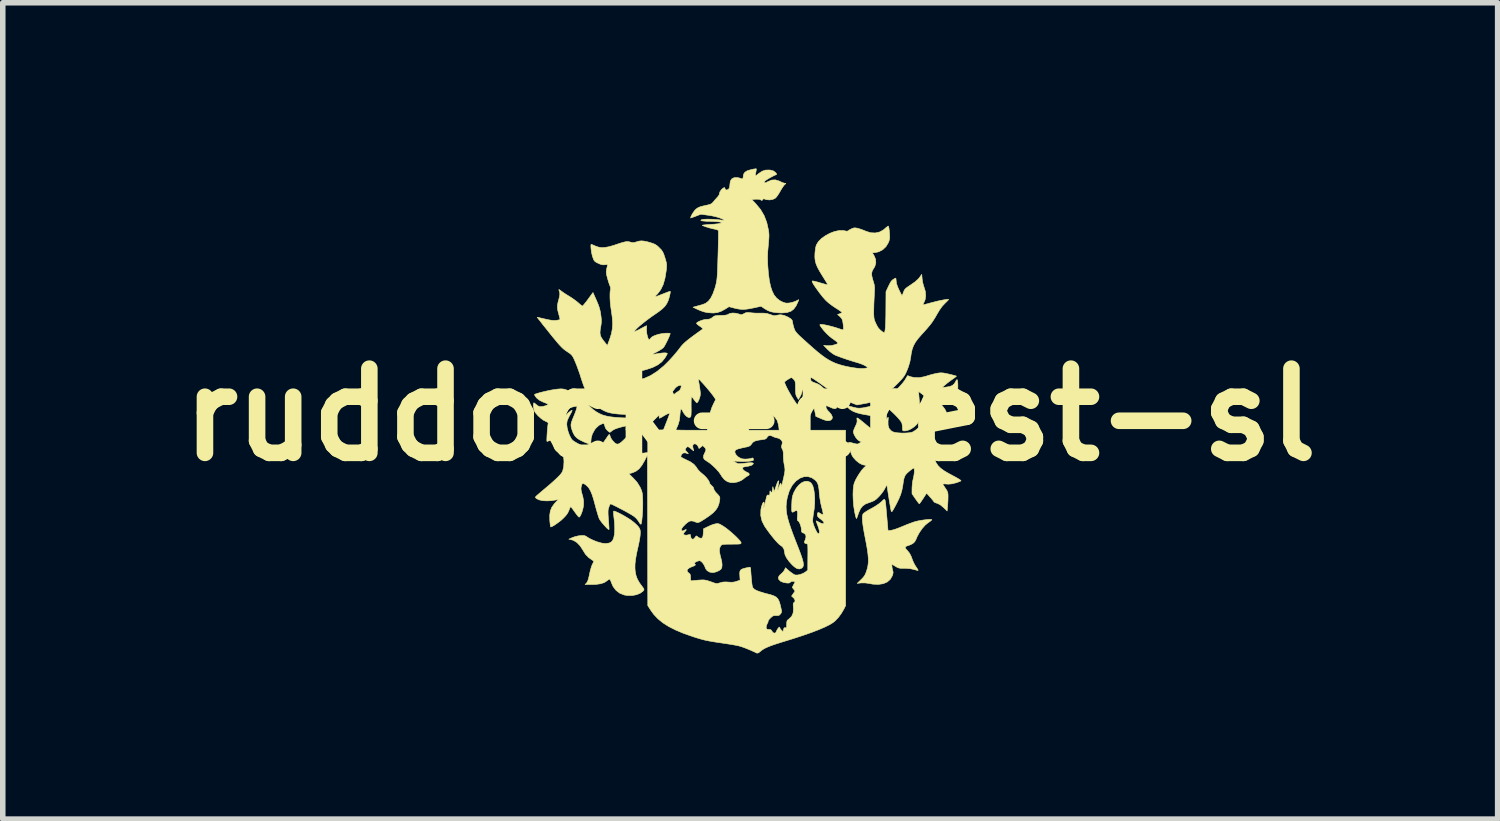
<source format=kicad_pcb>
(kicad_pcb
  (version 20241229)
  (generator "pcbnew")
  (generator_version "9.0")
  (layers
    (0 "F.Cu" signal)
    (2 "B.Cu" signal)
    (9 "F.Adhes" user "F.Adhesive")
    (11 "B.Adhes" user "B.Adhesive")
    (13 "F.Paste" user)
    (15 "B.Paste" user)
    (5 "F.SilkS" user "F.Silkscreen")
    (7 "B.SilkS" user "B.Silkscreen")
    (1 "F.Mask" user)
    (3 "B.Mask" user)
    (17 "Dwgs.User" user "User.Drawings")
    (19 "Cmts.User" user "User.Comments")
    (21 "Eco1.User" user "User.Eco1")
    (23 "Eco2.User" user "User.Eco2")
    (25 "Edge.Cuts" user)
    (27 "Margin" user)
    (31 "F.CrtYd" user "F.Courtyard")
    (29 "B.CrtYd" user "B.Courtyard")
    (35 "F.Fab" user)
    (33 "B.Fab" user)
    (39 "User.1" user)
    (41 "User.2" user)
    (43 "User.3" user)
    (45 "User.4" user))
  (footprint "ruddock-crest-sl"
    (layer "F.Cu")
    (at 10.53 4.458)
    (property "Reference" "ruddock-crest-sl" (at 0 0 0) (layer "F.SilkS") (effects (font (size 1.524 1.524) (thickness 0.3))))
    (attr through_hole)
    (fp_poly (pts (xy -2.457 1.745) (xy -2.425 1.757) (xy -2.38 1.778) (xy -2.327 1.805) (xy -2.271 1.836) (xy -2.217 1.869) (xy -2.168 1.9) (xy -2.145 1.917) (xy -2.099 1.953) (xy -2.057 1.991) (xy -2.027 2.023) (xy -2.024 2.027) (xy -2.003 2.058) (xy -1.992 2.088) (xy -1.989 2.127) (xy -1.99 2.152) (xy -1.993 2.194) (xy -2.002 2.253) (xy -2.015 2.322) (xy -2.03 2.392) (xy -2.032 2.399) (xy -2.058 2.517) (xy -2.075 2.616) (xy -2.085 2.7) (xy -2.086 2.773) (xy -2.082 2.831) (xy -2.067 2.909) (xy -2.041 2.979) (xy -2 3.049) (xy -1.97 3.089) (xy -1.942 3.127) (xy -1.926 3.151) (xy -1.923 3.167) (xy -1.93 3.18) (xy -1.938 3.19) (xy -1.989 3.229) (xy -2.056 3.257) (xy -2.135 3.272) (xy -2.218 3.272) (xy -2.277 3.263) (xy -2.36 3.231) (xy -2.429 3.178) (xy -2.482 3.109) (xy -2.508 3.05) (xy -2.522 3.012) (xy -2.535 2.985) (xy -2.542 2.977) (xy -2.558 2.98) (xy -2.583 2.997) (xy -2.59 3.003) (xy -2.64 3.037) (xy -2.708 3.059) (xy -2.796 3.071) (xy -2.868 3.073) (xy -2.989 3.073) (xy -2.961 3.044) (xy -2.944 3.017) (xy -2.929 2.973) (xy -2.913 2.908) (xy -2.909 2.884) (xy -2.895 2.823) (xy -2.879 2.766) (xy -2.863 2.72) (xy -2.855 2.703) (xy -2.838 2.671) (xy -2.833 2.654) (xy -2.84 2.643) (xy -2.85 2.637) (xy -2.924 2.585) (xy -2.982 2.525) (xy -3.024 2.457) (xy -3.077 2.375) (xy -3.136 2.313) (xy -3.198 2.274) (xy -3.228 2.265) (xy -3.283 2.252) (xy -3.219 2.223) (xy -3.17 2.206) (xy -3.111 2.192) (xy -3.076 2.188) (xy -3.03 2.185) (xy -2.999 2.188) (xy -2.972 2.199) (xy -2.943 2.219) (xy -2.906 2.241) (xy -2.854 2.266) (xy -2.796 2.29) (xy -2.776 2.298) (xy -2.689 2.323) (xy -2.618 2.331) (xy -2.557 2.323) (xy -2.523 2.309) (xy -2.492 2.279) (xy -2.47 2.227) (xy -2.456 2.155) (xy -2.452 2.065) (xy -2.456 1.958) (xy -2.466 1.865) (xy -2.472 1.814) (xy -2.474 1.773) (xy -2.474 1.748) (xy -2.472 1.744) (xy -2.457 1.745)) (stroke (width 0.01) (type solid)) (fill yes) (layer "F.SilkS"))
    (fp_poly (pts (xy 2.434 1.534) (xy 2.442 1.55) (xy 2.448 1.58) (xy 2.454 1.628) (xy 2.46 1.696) (xy 2.468 1.785) (xy 2.472 1.833) (xy 2.495 2.098) (xy 2.555 2.091) (xy 2.589 2.083) (xy 2.64 2.067) (xy 2.701 2.044) (xy 2.765 2.018) (xy 2.771 2.015) (xy 2.839 1.987) (xy 2.908 1.961) (xy 2.97 1.939) (xy 3.017 1.926) (xy 3.018 1.926) (xy 3.076 1.914) (xy 3.136 1.905) (xy 3.192 1.898) (xy 3.24 1.894) (xy 3.274 1.895) (xy 3.288 1.899) (xy 3.289 1.9) (xy 3.278 1.912) (xy 3.252 1.933) (xy 3.219 1.955) (xy 3.167 1.998) (xy 3.113 2.059) (xy 3.063 2.131) (xy 3.021 2.208) (xy 3.003 2.252) (xy 2.979 2.298) (xy 2.942 2.332) (xy 2.888 2.358) (xy 2.857 2.368) (xy 2.821 2.382) (xy 2.806 2.398) (xy 2.812 2.42) (xy 2.839 2.452) (xy 2.845 2.458) (xy 2.884 2.506) (xy 2.914 2.564) (xy 2.928 2.603) (xy 2.95 2.659) (xy 2.978 2.716) (xy 3.004 2.756) (xy 3.026 2.789) (xy 3.039 2.812) (xy 3.039 2.819) (xy 3.021 2.816) (xy 2.987 2.807) (xy 2.958 2.799) (xy 2.897 2.786) (xy 2.823 2.78) (xy 2.789 2.78) (xy 2.736 2.78) (xy 2.699 2.776) (xy 2.668 2.766) (xy 2.635 2.748) (xy 2.627 2.743) (xy 2.565 2.705) (xy 2.565 2.741) (xy 2.57 2.78) (xy 2.58 2.818) (xy 2.587 2.851) (xy 2.582 2.885) (xy 2.572 2.915) (xy 2.535 2.979) (xy 2.48 3.027) (xy 2.408 3.058) (xy 2.32 3.071) (xy 2.219 3.066) (xy 2.153 3.054) (xy 2.084 3.044) (xy 2.016 3.044) (xy 2.007 3.044) (xy 1.937 3.052) (xy 2.008 2.983) (xy 2.048 2.942) (xy 2.075 2.904) (xy 2.095 2.86) (xy 2.109 2.819) (xy 2.125 2.765) (xy 2.134 2.711) (xy 2.139 2.653) (xy 2.137 2.588) (xy 2.13 2.511) (xy 2.117 2.42) (xy 2.097 2.309) (xy 2.084 2.242) (xy 2.061 2.122) (xy 2.045 2.025) (xy 2.034 1.947) (xy 2.03 1.887) (xy 2.03 1.841) (xy 2.037 1.809) (xy 2.043 1.795) (xy 2.059 1.778) (xy 2.094 1.754) (xy 2.141 1.725) (xy 2.187 1.7) (xy 2.256 1.661) (xy 2.318 1.62) (xy 2.366 1.583) (xy 2.377 1.573) (xy 2.397 1.553) (xy 2.413 1.538) (xy 2.425 1.531) (xy 2.434 1.534)) (stroke (width 0.01) (type solid)) (fill yes) (layer "F.SilkS"))
    (fp_poly (pts (xy 3.49 -0.757) (xy 3.533 -0.75) (xy 3.593 -0.737) (xy 3.6 -0.735) (xy 3.655 -0.722) (xy 3.698 -0.711) (xy 3.726 -0.702) (xy 3.733 -0.699) (xy 3.723 -0.689) (xy 3.698 -0.669) (xy 3.661 -0.643) (xy 3.654 -0.638) (xy 3.606 -0.604) (xy 3.559 -0.567) (xy 3.524 -0.538) (xy 3.473 -0.493) (xy 3.548 -0.501) (xy 3.615 -0.512) (xy 3.662 -0.532) (xy 3.695 -0.563) (xy 3.715 -0.596) (xy 3.732 -0.628) (xy 3.744 -0.636) (xy 3.748 -0.632) (xy 3.754 -0.61) (xy 3.758 -0.57) (xy 3.759 -0.519) (xy 3.758 -0.464) (xy 3.755 -0.414) (xy 3.75 -0.375) (xy 3.746 -0.36) (xy 3.711 -0.303) (xy 3.657 -0.256) (xy 3.587 -0.223) (xy 3.517 -0.207) (xy 3.481 -0.202) (xy 3.458 -0.196) (xy 3.454 -0.194) (xy 3.462 -0.182) (xy 3.481 -0.157) (xy 3.497 -0.138) (xy 3.524 -0.101) (xy 3.544 -0.063) (xy 3.548 -0.049) (xy 3.553 -0.014) (xy 3.555 0.03) (xy 3.556 0.076) (xy 3.554 0.115) (xy 3.55 0.139) (xy 3.549 0.143) (xy 3.533 0.144) (xy 3.503 0.137) (xy 3.491 0.133) (xy 3.447 0.122) (xy 3.41 0.127) (xy 3.403 0.129) (xy 3.374 0.136) (xy 3.358 0.136) (xy 3.357 0.136) (xy 3.352 0.121) (xy 3.344 0.087) (xy 3.335 0.042) (xy 3.333 0.032) (xy 3.307 -0.072) (xy 3.267 -0.172) (xy 3.215 -0.262) (xy 3.155 -0.336) (xy 3.106 -0.379) (xy 3.047 -0.421) (xy 3.054 -0.341) (xy 3.058 -0.292) (xy 3.064 -0.228) (xy 3.07 -0.16) (xy 3.073 -0.127) (xy 3.078 -0.039) (xy 3.076 0.03) (xy 3.065 0.085) (xy 3.044 0.133) (xy 3.016 0.173) (xy 2.971 0.216) (xy 2.916 0.253) (xy 2.858 0.28) (xy 2.805 0.292) (xy 2.798 0.292) (xy 2.772 0.291) (xy 2.76 0.282) (xy 2.756 0.259) (xy 2.756 0.236) (xy 2.753 0.192) (xy 2.746 0.154) (xy 2.743 0.146) (xy 2.725 0.116) (xy 2.692 0.074) (xy 2.646 0.024) (xy 2.592 -0.03) (xy 2.533 -0.084) (xy 2.527 -0.09) (xy 2.456 -0.151) (xy 2.461 -0.077) (xy 2.463 -0.033) (xy 2.459 -0.005) (xy 2.445 0.019) (xy 2.429 0.039) (xy 2.391 0.081) (xy 2.323 0.053) (xy 2.28 0.039) (xy 2.222 0.024) (xy 2.157 0.011) (xy 2.121 0.005) (xy 2.016 -0.014) (xy 1.933 -0.035) (xy 1.867 -0.06) (xy 1.813 -0.091) (xy 1.769 -0.13) (xy 1.765 -0.134) (xy 1.734 -0.169) (xy 1.765 -0.162) (xy 1.794 -0.155) (xy 1.838 -0.144) (xy 1.877 -0.134) (xy 1.928 -0.122) (xy 1.972 -0.119) (xy 2.023 -0.123) (xy 2.046 -0.126) (xy 2.158 -0.149) (xy 2.266 -0.182) (xy 2.363 -0.223) (xy 2.442 -0.268) (xy 2.453 -0.277) (xy 2.512 -0.324) (xy 2.577 -0.382) (xy 2.642 -0.445) (xy 2.703 -0.509) (xy 2.756 -0.569) (xy 2.795 -0.619) (xy 2.806 -0.637) (xy 2.849 -0.709) (xy 2.901 -0.689) (xy 2.978 -0.672) (xy 3.067 -0.673) (xy 3.161 -0.691) (xy 3.195 -0.702) (xy 3.257 -0.721) (xy 3.326 -0.739) (xy 3.376 -0.75) (xy 3.419 -0.757) (xy 3.454 -0.759) (xy 3.49 -0.757)) (stroke (width 0.01) (type solid)) (fill yes) (layer "F.SilkS"))
    (fp_poly (pts (xy -3.377 -0.465) (xy -3.333 -0.453) (xy -3.312 -0.443) (xy -3.277 -0.429) (xy -3.241 -0.421) (xy -3.193 -0.42) (xy -3.165 -0.421) (xy -3.071 -0.425) (xy -3.046 -0.362) (xy -2.994 -0.26) (xy -2.921 -0.165) (xy -2.841 -0.093) (xy -2.787 -0.054) (xy -2.733 -0.023) (xy -2.677 0.002) (xy -2.613 0.021) (xy -2.539 0.036) (xy -2.451 0.046) (xy -2.345 0.054) (xy -2.222 0.059) (xy -2.139 0.062) (xy -2.076 0.063) (xy -2.03 0.063) (xy -1.997 0.061) (xy -1.971 0.056) (xy -1.949 0.05) (xy -1.925 0.04) (xy -1.925 0.04) (xy -1.877 0.015) (xy -1.827 -0.018) (xy -1.806 -0.034) (xy -1.775 -0.058) (xy -1.761 -0.064) (xy -1.763 -0.055) (xy -1.785 -0.023) (xy -1.819 0.018) (xy -1.859 0.059) (xy -1.897 0.095) (xy -1.928 0.119) (xy -1.933 0.122) (xy -1.959 0.132) (xy -2.004 0.145) (xy -2.063 0.16) (xy -2.128 0.175) (xy -2.144 0.179) (xy -2.244 0.201) (xy -2.323 0.219) (xy -2.384 0.236) (xy -2.43 0.251) (xy -2.464 0.266) (xy -2.491 0.282) (xy -2.499 0.288) (xy -2.54 0.319) (xy -2.578 0.292) (xy -2.613 0.253) (xy -2.631 0.208) (xy -2.641 0.174) (xy -2.652 0.159) (xy -2.667 0.159) (xy -2.672 0.16) (xy -2.738 0.191) (xy -2.794 0.244) (xy -2.815 0.271) (xy -2.858 0.348) (xy -2.879 0.426) (xy -2.883 0.479) (xy -2.886 0.517) (xy -2.897 0.533) (xy -2.899 0.533) (xy -2.917 0.528) (xy -2.952 0.515) (xy -2.997 0.497) (xy -3.015 0.489) (xy -3.088 0.454) (xy -3.14 0.418) (xy -3.178 0.378) (xy -3.204 0.33) (xy -3.212 0.312) (xy -3.232 0.255) (xy -3.243 0.212) (xy -3.244 0.175) (xy -3.236 0.135) (xy -3.217 0.085) (xy -3.201 0.045) (xy -3.178 -0.01) (xy -3.159 -0.061) (xy -3.145 -0.101) (xy -3.141 -0.116) (xy -3.133 -0.156) (xy -3.185 -0.149) (xy -3.253 -0.131) (xy -3.321 -0.098) (xy -3.377 -0.055) (xy -3.393 -0.038) (xy -3.418 -0.003) (xy -3.447 0.044) (xy -3.471 0.088) (xy -3.49 0.13) (xy -3.503 0.167) (xy -3.51 0.207) (xy -3.514 0.26) (xy -3.516 0.298) (xy -3.521 0.425) (xy -3.594 0.454) (xy -3.634 0.469) (xy -3.665 0.479) (xy -3.678 0.483) (xy -3.681 0.471) (xy -3.681 0.44) (xy -3.679 0.394) (xy -3.676 0.341) (xy -3.672 0.285) (xy -3.667 0.232) (xy -3.662 0.187) (xy -3.657 0.157) (xy -3.656 0.154) (xy -3.664 0.138) (xy -3.694 0.122) (xy -3.702 0.119) (xy -3.745 0.097) (xy -3.794 0.06) (xy -3.843 0.015) (xy -3.884 -0.032) (xy -3.9 -0.055) (xy -3.912 -0.085) (xy -3.92 -0.123) (xy -3.925 -0.162) (xy -3.924 -0.195) (xy -3.918 -0.214) (xy -3.914 -0.216) (xy -3.899 -0.207) (xy -3.876 -0.187) (xy -3.875 -0.186) (xy -3.843 -0.161) (xy -3.81 -0.148) (xy -3.782 -0.148) (xy -3.745 -0.153) (xy -3.707 -0.163) (xy -3.675 -0.175) (xy -3.658 -0.186) (xy -3.658 -0.189) (xy -3.669 -0.197) (xy -3.698 -0.21) (xy -3.738 -0.226) (xy -3.739 -0.226) (xy -3.806 -0.257) (xy -3.857 -0.296) (xy -3.868 -0.307) (xy -3.891 -0.337) (xy -3.904 -0.36) (xy -3.903 -0.368) (xy -3.884 -0.377) (xy -3.846 -0.389) (xy -3.794 -0.404) (xy -3.732 -0.419) (xy -3.667 -0.434) (xy -3.603 -0.447) (xy -3.579 -0.451) (xy -3.494 -0.464) (xy -3.429 -0.469) (xy -3.377 -0.465)) (stroke (width 0.01) (type solid)) (fill yes) (layer "F.SilkS"))
    (fp_poly (pts (xy 3.142 -0.266) (xy 3.162 -0.237) (xy 3.183 -0.202) (xy 3.244 -0.075) (xy 3.282 0.044) (xy 3.295 0.155) (xy 3.284 0.259) (xy 3.284 0.26) (xy 3.271 0.33) (xy 3.266 0.399) (xy 3.269 0.474) (xy 3.281 0.561) (xy 3.295 0.639) (xy 3.316 0.732) (xy 3.338 0.808) (xy 3.366 0.87) (xy 3.402 0.923) (xy 3.45 0.97) (xy 3.512 1.015) (xy 3.592 1.062) (xy 3.674 1.106) (xy 3.728 1.135) (xy 3.773 1.161) (xy 3.803 1.181) (xy 3.816 1.193) (xy 3.816 1.195) (xy 3.801 1.204) (xy 3.768 1.217) (xy 3.725 1.232) (xy 3.719 1.233) (xy 3.651 1.25) (xy 3.591 1.256) (xy 3.555 1.254) (xy 3.512 1.251) (xy 3.49 1.254) (xy 3.488 1.262) (xy 3.5 1.28) (xy 3.521 1.311) (xy 3.539 1.338) (xy 3.563 1.376) (xy 3.576 1.409) (xy 3.581 1.447) (xy 3.581 1.484) (xy 3.58 1.545) (xy 3.576 1.613) (xy 3.573 1.655) (xy 3.565 1.742) (xy 3.5 1.679) (xy 3.444 1.633) (xy 3.392 1.605) (xy 3.381 1.602) (xy 3.349 1.591) (xy 3.33 1.581) (xy 3.327 1.577) (xy 3.319 1.564) (xy 3.298 1.538) (xy 3.269 1.503) (xy 3.26 1.494) (xy 3.193 1.419) (xy 3.13 1.516) (xy 3.102 1.558) (xy 3.079 1.591) (xy 3.064 1.61) (xy 3.061 1.612) (xy 3.051 1.602) (xy 3.031 1.576) (xy 3.004 1.539) (xy 2.991 1.521) (xy 2.929 1.43) (xy 2.929 1.328) (xy 2.933 1.268) (xy 2.94 1.207) (xy 2.951 1.158) (xy 2.951 1.157) (xy 2.961 1.113) (xy 2.968 1.066) (xy 2.972 1.022) (xy 2.971 0.987) (xy 2.966 0.967) (xy 2.962 0.966) (xy 2.942 0.974) (xy 2.911 0.996) (xy 2.875 1.025) (xy 2.84 1.056) (xy 2.814 1.085) (xy 2.807 1.095) (xy 2.789 1.135) (xy 2.777 1.181) (xy 2.775 1.193) (xy 2.761 1.29) (xy 2.745 1.371) (xy 2.723 1.445) (xy 2.693 1.518) (xy 2.653 1.6) (xy 2.623 1.657) (xy 2.595 1.708) (xy 2.576 1.739) (xy 2.565 1.754) (xy 2.558 1.753) (xy 2.553 1.742) (xy 2.55 1.733) (xy 2.544 1.706) (xy 2.536 1.66) (xy 2.526 1.602) (xy 2.515 1.538) (xy 2.515 1.537) (xy 2.505 1.47) (xy 2.495 1.407) (xy 2.487 1.355) (xy 2.482 1.322) (xy 2.473 1.266) (xy 2.436 1.338) (xy 2.409 1.383) (xy 2.37 1.435) (xy 2.329 1.482) (xy 2.327 1.484) (xy 2.285 1.525) (xy 2.249 1.551) (xy 2.211 1.57) (xy 2.162 1.587) (xy 2.089 1.614) (xy 2.036 1.651) (xy 1.996 1.701) (xy 1.965 1.77) (xy 1.958 1.79) (xy 1.943 1.833) (xy 1.931 1.865) (xy 1.924 1.879) (xy 1.924 1.88) (xy 1.918 1.869) (xy 1.909 1.841) (xy 1.906 1.832) (xy 1.887 1.741) (xy 1.872 1.642) (xy 1.864 1.54) (xy 1.861 1.442) (xy 1.864 1.353) (xy 1.873 1.278) (xy 1.884 1.235) (xy 1.907 1.182) (xy 1.941 1.12) (xy 1.98 1.058) (xy 2.021 1.001) (xy 2.058 0.959) (xy 2.069 0.949) (xy 2.093 0.928) (xy 2.099 0.917) (xy 2.088 0.914) (xy 2.083 0.914) (xy 2.031 0.904) (xy 1.974 0.874) (xy 1.918 0.83) (xy 1.869 0.776) (xy 1.847 0.743) (xy 1.832 0.711) (xy 1.817 0.668) (xy 1.802 0.619) (xy 1.79 0.571) (xy 1.782 0.531) (xy 1.781 0.505) (xy 1.783 0.499) (xy 1.797 0.499) (xy 1.828 0.505) (xy 1.866 0.515) (xy 1.909 0.526) (xy 1.936 0.53) (xy 1.955 0.527) (xy 1.975 0.515) (xy 1.977 0.514) (xy 2.012 0.491) (xy 1.972 0.472) (xy 1.941 0.448) (xy 1.909 0.408) (xy 1.883 0.362) (xy 1.868 0.32) (xy 1.867 0.306) (xy 1.873 0.281) (xy 1.888 0.243) (xy 1.904 0.209) (xy 1.926 0.162) (xy 1.935 0.126) (xy 1.934 0.093) (xy 1.931 0.074) (xy 1.931 0.061) (xy 1.936 0.057) (xy 1.95 0.063) (xy 1.974 0.079) (xy 2.011 0.108) (xy 2.064 0.151) (xy 2.102 0.183) (xy 2.153 0.225) (xy 2.199 0.261) (xy 2.234 0.29) (xy 2.254 0.306) (xy 2.257 0.309) (xy 2.272 0.31) (xy 2.285 0.287) (xy 2.286 0.285) (xy 2.301 0.26) (xy 2.33 0.224) (xy 2.367 0.185) (xy 2.38 0.172) (xy 2.419 0.133) (xy 2.453 0.097) (xy 2.477 0.069) (xy 2.481 0.064) (xy 2.492 0.048) (xy 2.498 0.046) (xy 2.499 0.061) (xy 2.497 0.097) (xy 2.495 0.114) (xy 2.496 0.189) (xy 2.513 0.246) (xy 2.549 0.288) (xy 2.578 0.307) (xy 2.615 0.319) (xy 2.67 0.327) (xy 2.736 0.331) (xy 2.804 0.331) (xy 2.868 0.327) (xy 2.919 0.319) (xy 2.94 0.312) (xy 2.982 0.287) (xy 3.03 0.249) (xy 3.076 0.205) (xy 3.113 0.16) (xy 3.129 0.134) (xy 3.143 0.085) (xy 3.149 0.016) (xy 3.146 -0.067) (xy 3.136 -0.153) (xy 3.127 -0.217) (xy 3.125 -0.257) (xy 3.13 -0.273) (xy 3.142 -0.266)) (stroke (width 0.01) (type solid)) (fill yes) (layer "F.SilkS"))
    (fp_poly (pts (xy 0.11 -4.453) (xy 0.111 -4.439) (xy 0.106 -4.409) (xy 0.102 -4.388) (xy 0.095 -4.352) (xy 0.092 -4.328) (xy 0.092 -4.323) (xy 0.103 -4.328) (xy 0.128 -4.346) (xy 0.157 -4.369) (xy 0.217 -4.409) (xy 0.277 -4.429) (xy 0.347 -4.431) (xy 0.364 -4.429) (xy 0.418 -4.415) (xy 0.456 -4.388) (xy 0.476 -4.364) (xy 0.478 -4.351) (xy 0.47 -4.346) (xy 0.434 -4.331) (xy 0.39 -4.308) (xy 0.344 -4.283) (xy 0.303 -4.258) (xy 0.273 -4.237) (xy 0.262 -4.227) (xy 0.253 -4.204) (xy 0.264 -4.197) (xy 0.291 -4.205) (xy 0.322 -4.221) (xy 0.389 -4.249) (xy 0.456 -4.252) (xy 0.525 -4.231) (xy 0.541 -4.223) (xy 0.58 -4.204) (xy 0.614 -4.193) (xy 0.627 -4.191) (xy 0.645 -4.19) (xy 0.644 -4.183) (xy 0.626 -4.168) (xy 0.607 -4.148) (xy 0.582 -4.111) (xy 0.553 -4.065) (xy 0.543 -4.046) (xy 0.514 -3.997) (xy 0.485 -3.955) (xy 0.462 -3.927) (xy 0.455 -3.921) (xy 0.408 -3.898) (xy 0.35 -3.889) (xy 0.294 -3.894) (xy 0.278 -3.899) (xy 0.25 -3.909) (xy 0.235 -3.906) (xy 0.226 -3.894) (xy 0.213 -3.879) (xy 0.197 -3.885) (xy 0.193 -3.889) (xy 0.163 -3.901) (xy 0.112 -3.902) (xy 0.1 -3.902) (xy 0.028 -3.897) (xy 0.1 -3.821) (xy 0.187 -3.716) (xy 0.253 -3.604) (xy 0.3 -3.48) (xy 0.331 -3.34) (xy 0.332 -3.334) (xy 0.338 -3.287) (xy 0.34 -3.237) (xy 0.337 -3.178) (xy 0.331 -3.102) (xy 0.327 -3.061) (xy 0.317 -2.948) (xy 0.314 -2.847) (xy 0.316 -2.744) (xy 0.318 -2.702) (xy 0.33 -2.553) (xy 0.347 -2.428) (xy 0.369 -2.323) (xy 0.398 -2.237) (xy 0.433 -2.167) (xy 0.477 -2.113) (xy 0.53 -2.07) (xy 0.566 -2.05) (xy 0.613 -2.03) (xy 0.651 -2.021) (xy 0.694 -2.022) (xy 0.704 -2.023) (xy 0.755 -2.033) (xy 0.807 -2.049) (xy 0.825 -2.057) (xy 0.879 -2.084) (xy 0.869 -2.055) (xy 0.831 -1.972) (xy 0.787 -1.912) (xy 0.737 -1.874) (xy 0.667 -1.851) (xy 0.577 -1.843) (xy 0.508 -1.846) (xy 0.43 -1.854) (xy 0.368 -1.867) (xy 0.316 -1.888) (xy 0.265 -1.918) (xy 0.258 -1.922) (xy 0.197 -1.964) (xy 0.064 -1.935) (xy -0.022 -1.918) (xy -0.091 -1.909) (xy -0.15 -1.907) (xy -0.209 -1.914) (xy -0.274 -1.927) (xy -0.285 -1.93) (xy -0.384 -1.956) (xy -0.456 -1.911) (xy -0.527 -1.873) (xy -0.596 -1.85) (xy -0.668 -1.842) (xy -0.753 -1.847) (xy -0.804 -1.855) (xy -0.847 -1.866) (xy -0.901 -1.885) (xy -0.95 -1.906) (xy -1.035 -1.947) (xy -0.978 -1.963) (xy -0.928 -1.977) (xy -0.877 -1.991) (xy -0.867 -1.994) (xy -0.807 -2.017) (xy -0.756 -2.057) (xy -0.712 -2.115) (xy -0.674 -2.192) (xy -0.638 -2.293) (xy -0.629 -2.324) (xy -0.62 -2.358) (xy -0.613 -2.39) (xy -0.607 -2.422) (xy -0.602 -2.459) (xy -0.598 -2.503) (xy -0.594 -2.558) (xy -0.591 -2.627) (xy -0.588 -2.714) (xy -0.585 -2.821) (xy -0.583 -2.882) (xy -0.58 -2.985) (xy -0.578 -3.08) (xy -0.576 -3.165) (xy -0.575 -3.236) (xy -0.575 -3.29) (xy -0.575 -3.324) (xy -0.576 -3.334) (xy -0.592 -3.346) (xy -0.623 -3.356) (xy -0.637 -3.359) (xy -0.677 -3.367) (xy -0.725 -3.379) (xy -0.776 -3.394) (xy -0.821 -3.409) (xy -0.855 -3.422) (xy -0.868 -3.429) (xy -0.86 -3.433) (xy -0.831 -3.437) (xy -0.786 -3.441) (xy -0.729 -3.445) (xy -0.728 -3.445) (xy -0.64 -3.451) (xy -0.576 -3.458) (xy -0.536 -3.467) (xy -0.52 -3.476) (xy -0.529 -3.484) (xy -0.563 -3.492) (xy -0.621 -3.497) (xy -0.705 -3.501) (xy -0.716 -3.501) (xy -0.78 -3.502) (xy -0.834 -3.506) (xy -0.873 -3.51) (xy -0.891 -3.515) (xy -0.892 -3.516) (xy -0.891 -3.526) (xy -0.869 -3.534) (xy -0.83 -3.539) (xy -0.776 -3.541) (xy -0.713 -3.54) (xy -0.642 -3.536) (xy -0.57 -3.53) (xy -0.514 -3.523) (xy -0.483 -3.52) (xy -0.474 -3.524) (xy -0.476 -3.527) (xy -0.507 -3.546) (xy -0.557 -3.566) (xy -0.621 -3.585) (xy -0.693 -3.601) (xy -0.762 -3.612) (xy -0.895 -3.63) (xy -0.987 -3.594) (xy -1.031 -3.578) (xy -1.063 -3.567) (xy -1.079 -3.562) (xy -1.079 -3.563) (xy -1.072 -3.589) (xy -1.053 -3.627) (xy -1.028 -3.667) (xy -1.001 -3.703) (xy -0.986 -3.718) (xy -0.962 -3.737) (xy -0.937 -3.752) (xy -0.905 -3.765) (xy -0.861 -3.777) (xy -0.799 -3.791) (xy -0.772 -3.797) (xy -0.723 -3.81) (xy -0.692 -3.828) (xy -0.67 -3.851) (xy -0.642 -3.885) (xy -0.608 -3.923) (xy -0.6 -3.931) (xy -0.575 -3.961) (xy -0.56 -3.987) (xy -0.559 -3.994) (xy -0.549 -4.034) (xy -0.522 -4.074) (xy -0.503 -4.092) (xy -0.475 -4.111) (xy -0.461 -4.111) (xy -0.457 -4.095) (xy -0.448 -4.074) (xy -0.426 -4.068) (xy -0.398 -4.079) (xy -0.393 -4.083) (xy -0.376 -4.109) (xy -0.369 -4.15) (xy -0.368 -4.167) (xy -0.36 -4.227) (xy -0.335 -4.269) (xy -0.293 -4.291) (xy -0.257 -4.295) (xy -0.217 -4.291) (xy -0.184 -4.283) (xy -0.179 -4.281) (xy -0.148 -4.269) (xy -0.132 -4.276) (xy -0.127 -4.305) (xy -0.127 -4.31) (xy -0.119 -4.356) (xy -0.095 -4.391) (xy -0.051 -4.418) (xy 0.015 -4.437) (xy 0.059 -4.447) (xy 0.093 -4.452) (xy 0.11 -4.453) (xy 0.11 -4.453)) (stroke (width 0.01) (type solid)) (fill yes) (layer "F.SilkS"))
    (fp_poly (pts (xy 2.506 -3.405) (xy 2.512 -3.373) (xy 2.518 -3.327) (xy 2.52 -3.298) (xy 2.524 -3.24) (xy 2.524 -3.199) (xy 2.519 -3.167) (xy 2.509 -3.136) (xy 2.498 -3.11) (xy 2.456 -3.042) (xy 2.397 -2.987) (xy 2.328 -2.951) (xy 2.275 -2.938) (xy 2.212 -2.93) (xy 2.242 -2.881) (xy 2.269 -2.817) (xy 2.274 -2.749) (xy 2.256 -2.684) (xy 2.235 -2.649) (xy 2.21 -2.608) (xy 2.199 -2.565) (xy 2.201 -2.514) (xy 2.217 -2.45) (xy 2.227 -2.418) (xy 2.239 -2.378) (xy 2.247 -2.344) (xy 2.251 -2.309) (xy 2.251 -2.265) (xy 2.248 -2.205) (xy 2.247 -2.178) (xy 2.243 -2.099) (xy 2.239 -2.01) (xy 2.237 -1.926) (xy 2.236 -1.883) (xy 2.236 -1.817) (xy 2.239 -1.769) (xy 2.244 -1.733) (xy 2.254 -1.7) (xy 2.267 -1.67) (xy 2.288 -1.625) (xy 2.311 -1.584) (xy 2.325 -1.565) (xy 2.35 -1.538) (xy 2.381 -1.512) (xy 2.41 -1.492) (xy 2.427 -1.486) (xy 2.435 -1.498) (xy 2.442 -1.535) (xy 2.448 -1.596) (xy 2.452 -1.679) (xy 2.455 -1.785) (xy 2.456 -1.911) (xy 2.456 -1.93) (xy 2.458 -2.229) (xy 2.506 -2.332) (xy 2.532 -2.383) (xy 2.553 -2.418) (xy 2.576 -2.441) (xy 2.605 -2.46) (xy 2.632 -2.474) (xy 2.638 -2.466) (xy 2.641 -2.439) (xy 2.642 -2.423) (xy 2.648 -2.376) (xy 2.668 -2.317) (xy 2.692 -2.263) (xy 2.715 -2.217) (xy 2.733 -2.182) (xy 2.745 -2.162) (xy 2.748 -2.159) (xy 2.755 -2.17) (xy 2.767 -2.198) (xy 2.774 -2.219) (xy 2.786 -2.248) (xy 2.8 -2.271) (xy 2.822 -2.293) (xy 2.856 -2.318) (xy 2.907 -2.352) (xy 2.91 -2.354) (xy 2.988 -2.409) (xy 3.043 -2.459) (xy 3.065 -2.485) (xy 3.105 -2.542) (xy 3.113 -2.455) (xy 3.121 -2.4) (xy 3.135 -2.344) (xy 3.147 -2.309) (xy 3.17 -2.234) (xy 3.177 -2.157) (xy 3.167 -2.085) (xy 3.152 -2.048) (xy 3.136 -2.016) (xy 3.126 -1.994) (xy 3.124 -1.99) (xy 3.136 -1.991) (xy 3.166 -1.998) (xy 3.211 -2.01) (xy 3.254 -2.022) (xy 3.319 -2.039) (xy 3.386 -2.056) (xy 3.451 -2.07) (xy 3.509 -2.081) (xy 3.555 -2.088) (xy 3.584 -2.091) (xy 3.592 -2.089) (xy 3.586 -2.079) (xy 3.565 -2.056) (xy 3.534 -2.026) (xy 3.527 -2.019) (xy 3.476 -1.965) (xy 3.426 -1.895) (xy 3.384 -1.825) (xy 3.35 -1.765) (xy 3.318 -1.714) (xy 3.286 -1.666) (xy 3.249 -1.619) (xy 3.205 -1.566) (xy 3.149 -1.503) (xy 3.102 -1.452) (xy 3.038 -1.378) (xy 2.99 -1.313) (xy 2.956 -1.251) (xy 2.932 -1.186) (xy 2.915 -1.11) (xy 2.907 -1.052) (xy 2.89 -0.956) (xy 2.861 -0.862) (xy 2.842 -0.813) (xy 2.82 -0.762) (xy 2.799 -0.721) (xy 2.776 -0.686) (xy 2.746 -0.649) (xy 2.705 -0.604) (xy 2.669 -0.567) (xy 2.605 -0.505) (xy 2.533 -0.442) (xy 2.459 -0.382) (xy 2.387 -0.328) (xy 2.322 -0.284) (xy 2.269 -0.254) (xy 2.255 -0.247) (xy 2.223 -0.237) (xy 2.173 -0.224) (xy 2.114 -0.211) (xy 2.071 -0.203) (xy 1.934 -0.178) (xy 1.824 -0.221) (xy 1.766 -0.246) (xy 1.707 -0.274) (xy 1.645 -0.309) (xy 1.576 -0.352) (xy 1.496 -0.405) (xy 1.402 -0.471) (xy 1.341 -0.514) (xy 1.264 -0.569) (xy 1.205 -0.61) (xy 1.162 -0.64) (xy 1.132 -0.659) (xy 1.112 -0.669) (xy 1.1 -0.673) (xy 1.099 -0.673) (xy 1.094 -0.662) (xy 1.095 -0.638) (xy 1.1 -0.618) (xy 1.113 -0.603) (xy 1.141 -0.589) (xy 1.181 -0.574) (xy 1.217 -0.56) (xy 1.249 -0.544) (xy 1.281 -0.521) (xy 1.318 -0.489) (xy 1.366 -0.443) (xy 1.392 -0.418) (xy 1.447 -0.361) (xy 1.487 -0.317) (xy 1.514 -0.281) (xy 1.533 -0.249) (xy 1.543 -0.225) (xy 1.557 -0.185) (xy 1.568 -0.155) (xy 1.571 -0.144) (xy 1.566 -0.127) (xy 1.552 -0.115) (xy 1.531 -0.11) (xy 1.502 -0.115) (xy 1.46 -0.131) (xy 1.455 -0.134) (xy 1.417 -0.15) (xy 1.388 -0.162) (xy 1.378 -0.165) (xy 1.373 -0.154) (xy 1.372 -0.136) (xy 1.381 -0.109) (xy 1.408 -0.072) (xy 1.429 -0.051) (xy 1.469 -0.003) (xy 1.487 0.039) (xy 1.483 0.073) (xy 1.457 0.097) (xy 1.428 0.107) (xy 1.399 0.108) (xy 1.361 0.1) (xy 1.309 0.081) (xy 1.288 0.072) (xy 1.188 0.029) (xy 1.17 -0.062) (xy 1.16 -0.106) (xy 1.151 -0.138) (xy 1.144 -0.152) (xy 1.143 -0.152) (xy 1.134 -0.142) (xy 1.118 -0.114) (xy 1.099 -0.075) (xy 1.08 -0.035) (xy 1.067 -0.014) (xy 1.056 -0.009) (xy 1.045 -0.016) (xy 1.043 -0.017) (xy 1.026 -0.038) (xy 1.002 -0.073) (xy 0.982 -0.104) (xy 0.943 -0.171) (xy 0.953 -0.311) (xy 0.956 -0.372) (xy 0.956 -0.421) (xy 0.954 -0.453) (xy 0.951 -0.463) (xy 0.943 -0.461) (xy 0.94 -0.438) (xy 0.94 -0.433) (xy 0.933 -0.398) (xy 0.917 -0.355) (xy 0.906 -0.335) (xy 0.873 -0.277) (xy 0.846 -0.32) (xy 0.833 -0.344) (xy 0.825 -0.373) (xy 0.821 -0.412) (xy 0.819 -0.468) (xy 0.819 -0.485) (xy 0.819 -0.543) (xy 0.816 -0.581) (xy 0.811 -0.607) (xy 0.801 -0.625) (xy 0.788 -0.64) (xy 0.765 -0.662) (xy 0.749 -0.673) (xy 0.748 -0.673) (xy 0.73 -0.667) (xy 0.701 -0.651) (xy 0.668 -0.631) (xy 0.64 -0.611) (xy 0.624 -0.596) (xy 0.622 -0.593) (xy 0.629 -0.565) (xy 0.648 -0.521) (xy 0.676 -0.464) (xy 0.711 -0.4) (xy 0.75 -0.333) (xy 0.792 -0.267) (xy 0.82 -0.226) (xy 0.875 -0.147) (xy 0.916 -0.084) (xy 0.947 -0.031) (xy 0.969 0.015) (xy 0.985 0.061) (xy 0.996 0.111) (xy 1.005 0.17) (xy 1.009 0.206) (xy 1.018 0.279) (xy 1.727 0.279) (xy 1.727 1.867) (xy 1.727 3.455) (xy 1.694 3.521) (xy 1.649 3.597) (xy 1.596 3.669) (xy 1.539 3.729) (xy 1.502 3.76) (xy 1.439 3.799) (xy 1.352 3.842) (xy 1.243 3.889) (xy 1.113 3.939) (xy 0.962 3.992) (xy 0.794 4.047) (xy 0.678 4.083) (xy 0.564 4.118) (xy 0.47 4.148) (xy 0.395 4.173) (xy 0.336 4.196) (xy 0.289 4.216) (xy 0.251 4.235) (xy 0.22 4.255) (xy 0.196 4.273) (xy 0.162 4.301) (xy 0.139 4.314) (xy 0.119 4.314) (xy 0.095 4.303) (xy 0.085 4.297) (xy 0.058 4.285) (xy 0.014 4.265) (xy -0.039 4.243) (xy -0.078 4.227) (xy -0.126 4.209) (xy -0.171 4.194) (xy -0.218 4.181) (xy -0.273 4.17) (xy -0.341 4.158) (xy -0.426 4.145) (xy -0.465 4.139) (xy -0.574 4.123) (xy -0.664 4.109) (xy -0.739 4.096) (xy -0.805 4.083) (xy -0.866 4.068) (xy -0.929 4.05) (xy -0.997 4.029) (xy -1.028 4.019) (xy -1.199 3.96) (xy -1.347 3.898) (xy -1.474 3.834) (xy -1.581 3.766) (xy -1.672 3.692) (xy -1.747 3.612) (xy -1.799 3.54) (xy -1.854 3.454) (xy -1.86 0.757) (xy -1.257 0.757) (xy -1.246 0.769) (xy -1.218 0.786) (xy -1.177 0.806) (xy -1.173 0.808) (xy -1.086 0.85) (xy -1.021 0.895) (xy -0.978 0.944) (xy -0.966 0.964) (xy -0.941 0.999) (xy -0.904 1.037) (xy -0.877 1.06) (xy -0.834 1.096) (xy -0.793 1.138) (xy -0.761 1.18) (xy -0.741 1.215) (xy -0.737 1.232) (xy -0.727 1.253) (xy -0.704 1.277) (xy -0.699 1.281) (xy -0.67 1.31) (xy -0.66 1.338) (xy -0.651 1.365) (xy -0.625 1.402) (xy -0.602 1.426) (xy -0.571 1.459) (xy -0.555 1.482) (xy -0.549 1.505) (xy -0.551 1.534) (xy -0.553 1.546) (xy -0.566 1.612) (xy -0.588 1.67) (xy -0.622 1.722) (xy -0.669 1.773) (xy -0.734 1.825) (xy -0.819 1.883) (xy -0.846 1.9) (xy -0.893 1.929) (xy -0.924 1.945) (xy -0.946 1.952) (xy -0.964 1.95) (xy -0.983 1.944) (xy -1.034 1.925) (xy -1.073 1.921) (xy -1.108 1.931) (xy -1.147 1.959) (xy -1.172 1.981) (xy -1.218 2.028) (xy -1.242 2.065) (xy -1.242 2.092) (xy -1.232 2.102) (xy -1.214 2.101) (xy -1.188 2.088) (xy -1.164 2.077) (xy -1.156 2.082) (xy -1.166 2.099) (xy -1.181 2.115) (xy -1.204 2.144) (xy -1.205 2.166) (xy -1.185 2.178) (xy -1.148 2.179) (xy -1.125 2.174) (xy -1.095 2.167) (xy -1.082 2.17) (xy -1.08 2.189) (xy -1.079 2.198) (xy -1.07 2.233) (xy -1.055 2.248) (xy -1.035 2.253) (xy -1.018 2.243) (xy -1.001 2.223) (xy -0.982 2.198) (xy -0.97 2.193) (xy -0.956 2.203) (xy -0.95 2.21) (xy -0.921 2.229) (xy -0.895 2.235) (xy -0.875 2.232) (xy -0.862 2.218) (xy -0.854 2.189) (xy -0.849 2.141) (xy -0.848 2.121) (xy -0.845 2.064) (xy -0.756 2.021) (xy -0.706 1.998) (xy -0.656 1.981) (xy -0.618 1.972) (xy -0.617 1.972) (xy -0.589 1.97) (xy -0.564 1.975) (xy -0.534 1.989) (xy -0.493 2.014) (xy -0.468 2.03) (xy -0.42 2.065) (xy -0.367 2.108) (xy -0.314 2.154) (xy -0.263 2.2) (xy -0.22 2.244) (xy -0.187 2.28) (xy -0.168 2.307) (xy -0.165 2.316) (xy -0.166 2.326) (xy -0.17 2.333) (xy -0.182 2.338) (xy -0.205 2.34) (xy -0.243 2.342) (xy -0.301 2.342) (xy -0.353 2.343) (xy -0.419 2.343) (xy -0.464 2.345) (xy -0.494 2.348) (xy -0.513 2.354) (xy -0.526 2.363) (xy -0.534 2.373) (xy -0.554 2.415) (xy -0.557 2.473) (xy -0.543 2.547) (xy -0.534 2.58) (xy -0.515 2.654) (xy -0.509 2.718) (xy -0.514 2.767) (xy -0.531 2.798) (xy -0.568 2.823) (xy -0.617 2.844) (xy -0.664 2.856) (xy -0.68 2.857) (xy -0.734 2.848) (xy -0.779 2.822) (xy -0.808 2.784) (xy -0.812 2.773) (xy -0.829 2.729) (xy -0.855 2.689) (xy -0.884 2.657) (xy -0.911 2.642) (xy -0.916 2.642) (xy -0.944 2.647) (xy -0.979 2.661) (xy -0.98 2.662) (xy -1.005 2.678) (xy -1.008 2.692) (xy -1.005 2.696) (xy -0.992 2.714) (xy -0.999 2.727) (xy -1.027 2.74) (xy -1.038 2.744) (xy -1.096 2.768) (xy -1.131 2.795) (xy -1.143 2.822) (xy -1.13 2.85) (xy -1.111 2.865) (xy -1.091 2.882) (xy -1.082 2.906) (xy -1.08 2.946) (xy -1.079 2.948) (xy -1.079 2.984) (xy -1.074 3.002) (xy -1.061 3.006) (xy -1.045 3.004) (xy -1.015 3) (xy -0.969 2.996) (xy -0.917 2.992) (xy -0.913 2.992) (xy -0.861 2.989) (xy -0.819 2.992) (xy -0.778 3.001) (xy -0.726 3.018) (xy -0.711 3.023) (xy -0.66 3.042) (xy -0.626 3.052) (xy -0.601 3.055) (xy -0.577 3.051) (xy -0.547 3.042) (xy -0.544 3.041) (xy -0.493 3.028) (xy -0.437 3.026) (xy -0.395 3.029) (xy -0.335 3.032) (xy -0.287 3.027) (xy -0.246 3.015) (xy -0.183 2.993) (xy -0.188 2.913) (xy -0.19 2.865) (xy -0.185 2.831) (xy -0.17 2.807) (xy -0.14 2.79) (xy -0.093 2.776) (xy -0.031 2.763) (xy -0.006 2.759) (xy 0.005 2.767) (xy 0.009 2.792) (xy 0.009 2.803) (xy 0.014 2.878) (xy 0.021 2.963) (xy 0.029 3.044) (xy 0.032 3.07) (xy 0.04 3.111) (xy 0.053 3.138) (xy 0.078 3.16) (xy 0.09 3.168) (xy 0.125 3.185) (xy 0.18 3.205) (xy 0.248 3.226) (xy 0.293 3.238) (xy 0.372 3.258) (xy 0.429 3.278) (xy 0.471 3.301) (xy 0.5 3.331) (xy 0.522 3.372) (xy 0.54 3.428) (xy 0.552 3.478) (xy 0.563 3.526) (xy 0.568 3.556) (xy 0.567 3.576) (xy 0.558 3.592) (xy 0.549 3.605) (xy 0.528 3.627) (xy 0.503 3.635) (xy 0.469 3.635) (xy 0.434 3.635) (xy 0.407 3.644) (xy 0.379 3.667) (xy 0.367 3.678) (xy 0.341 3.706) (xy 0.326 3.728) (xy 0.325 3.736) (xy 0.323 3.753) (xy 0.31 3.779) (xy 0.308 3.782) (xy 0.293 3.818) (xy 0.289 3.851) (xy 0.296 3.875) (xy 0.312 3.885) (xy 0.338 3.886) (xy 0.371 3.89) (xy 0.389 3.907) (xy 0.393 3.917) (xy 0.411 3.942) (xy 0.436 3.953) (xy 0.459 3.948) (xy 0.47 3.93) (xy 0.482 3.902) (xy 0.502 3.869) (xy 0.504 3.866) (xy 0.524 3.845) (xy 0.533 3.845) (xy 0.533 3.849) (xy 0.542 3.871) (xy 0.563 3.897) (xy 0.564 3.898) (xy 0.594 3.926) (xy 0.603 3.887) (xy 0.612 3.86) (xy 0.627 3.853) (xy 0.636 3.855) (xy 0.65 3.857) (xy 0.657 3.847) (xy 0.66 3.821) (xy 0.66 3.793) (xy 0.662 3.752) (xy 0.668 3.727) (xy 0.685 3.709) (xy 0.705 3.694) (xy 0.751 3.649) (xy 0.777 3.588) (xy 0.783 3.512) (xy 0.781 3.485) (xy 0.778 3.44) (xy 0.78 3.415) (xy 0.787 3.402) (xy 0.793 3.399) (xy 0.81 3.382) (xy 0.81 3.354) (xy 0.793 3.323) (xy 0.781 3.311) (xy 0.749 3.283) (xy 0.78 3.237) (xy 0.812 3.19) (xy 0.787 3.158) (xy 0.761 3.125) (xy 0.787 3.074) (xy 0.813 3.023) (xy 0.779 3.015) (xy 0.748 3.014) (xy 0.729 3.029) (xy 0.714 3.042) (xy 0.69 3.047) (xy 0.651 3.044) (xy 0.648 3.044) (xy 0.601 3.034) (xy 0.559 3.018) (xy 0.546 3.01) (xy 0.515 2.978) (xy 0.509 2.946) (xy 0.528 2.91) (xy 0.558 2.882) (xy 0.591 2.851) (xy 0.616 2.818) (xy 0.623 2.806) (xy 0.638 2.769) (xy 0.709 2.831) (xy 0.75 2.862) (xy 0.788 2.888) (xy 0.816 2.901) (xy 0.817 2.901) (xy 0.859 2.901) (xy 0.911 2.889) (xy 0.964 2.868) (xy 1.007 2.841) (xy 1.042 2.812) (xy 1.043 2.603) (xy 1.044 2.514) (xy 1.044 2.448) (xy 1.043 2.401) (xy 1.042 2.369) (xy 1.04 2.35) (xy 1.036 2.341) (xy 1.031 2.337) (xy 1.026 2.337) (xy 1.001 2.33) (xy 0.991 2.325) (xy 0.981 2.314) (xy 0.982 2.297) (xy 0.995 2.265) (xy 0.997 2.261) (xy 1.01 2.211) (xy 1.004 2.172) (xy 0.977 2.146) (xy 0.959 2.139) (xy 0.938 2.13) (xy 0.929 2.112) (xy 0.927 2.078) (xy 0.922 2.038) (xy 0.91 1.995) (xy 0.894 1.956) (xy 0.877 1.928) (xy 0.862 1.918) (xy 0.854 1.909) (xy 0.852 1.882) (xy 0.855 1.838) (xy 0.858 1.781) (xy 0.853 1.746) (xy 0.841 1.733) (xy 0.819 1.738) (xy 0.808 1.744) (xy 0.782 1.759) (xy 0.765 1.764) (xy 0.755 1.755) (xy 0.75 1.729) (xy 0.75 1.683) (xy 0.752 1.622) (xy 0.755 1.554) (xy 0.76 1.504) (xy 0.769 1.464) (xy 0.782 1.427) (xy 0.792 1.403) (xy 0.833 1.329) (xy 0.882 1.271) (xy 0.934 1.229) (xy 0.987 1.206) (xy 1.038 1.203) (xy 1.084 1.221) (xy 1.105 1.239) (xy 1.13 1.279) (xy 1.149 1.341) (xy 1.161 1.418) (xy 1.168 1.506) (xy 1.167 1.602) (xy 1.159 1.7) (xy 1.149 1.765) (xy 1.14 1.821) (xy 1.134 1.873) (xy 1.131 1.911) (xy 1.131 1.918) (xy 1.135 1.951) (xy 1.148 1.995) (xy 1.166 2.043) (xy 1.187 2.088) (xy 1.207 2.126) (xy 1.224 2.149) (xy 1.232 2.153) (xy 1.25 2.142) (xy 1.253 2.111) (xy 1.242 2.06) (xy 1.226 2.013) (xy 1.21 1.971) (xy 1.199 1.938) (xy 1.194 1.922) (xy 1.194 1.921) (xy 1.204 1.924) (xy 1.229 1.936) (xy 1.251 1.949) (xy 1.296 1.969) (xy 1.325 1.972) (xy 1.336 1.959) (xy 1.327 1.936) (xy 1.295 1.904) (xy 1.286 1.897) (xy 1.245 1.865) (xy 1.223 1.842) (xy 1.215 1.82) (xy 1.216 1.797) (xy 1.222 1.775) (xy 1.231 1.768) (xy 1.25 1.775) (xy 1.278 1.792) (xy 1.3 1.804) (xy 1.314 1.808) (xy 1.32 1.799) (xy 1.318 1.774) (xy 1.309 1.732) (xy 1.292 1.669) (xy 1.29 1.659) (xy 1.274 1.589) (xy 1.261 1.508) (xy 1.252 1.434) (xy 1.251 1.422) (xy 1.245 1.347) (xy 1.236 1.291) (xy 1.224 1.25) (xy 1.207 1.217) (xy 1.183 1.189) (xy 1.178 1.184) (xy 1.115 1.14) (xy 1.046 1.119) (xy 0.974 1.121) (xy 0.902 1.147) (xy 0.832 1.196) (xy 0.824 1.203) (xy 0.759 1.279) (xy 0.709 1.373) (xy 0.674 1.486) (xy 0.663 1.541) (xy 0.654 1.604) (xy 0.65 1.666) (xy 0.653 1.728) (xy 0.661 1.794) (xy 0.677 1.867) (xy 0.701 1.951) (xy 0.733 2.048) (xy 0.774 2.161) (xy 0.825 2.293) (xy 0.837 2.323) (xy 0.881 2.435) (xy 0.915 2.527) (xy 0.94 2.6) (xy 0.956 2.657) (xy 0.963 2.7) (xy 0.962 2.732) (xy 0.953 2.755) (xy 0.938 2.772) (xy 0.926 2.78) (xy 0.888 2.792) (xy 0.847 2.784) (xy 0.801 2.754) (xy 0.761 2.718) (xy 0.703 2.654) (xy 0.659 2.592) (xy 0.631 2.536) (xy 0.622 2.492) (xy 0.612 2.436) (xy 0.585 2.39) (xy 0.548 2.363) (xy 0.525 2.346) (xy 0.491 2.312) (xy 0.448 2.265) (xy 0.401 2.207) (xy 0.351 2.144) (xy 0.303 2.078) (xy 0.262 2.019) (xy 0.214 1.925) (xy 0.191 1.826) (xy 0.193 1.724) (xy 0.198 1.693) (xy 0.21 1.647) (xy 0.224 1.609) (xy 0.236 1.588) (xy 0.247 1.579) (xy 0.251 1.584) (xy 0.251 1.607) (xy 0.248 1.638) (xy 0.245 1.67) (xy 0.245 1.683) (xy 0.249 1.674) (xy 0.257 1.644) (xy 0.267 1.607) (xy 0.279 1.555) (xy 0.29 1.51) (xy 0.298 1.48) (xy 0.299 1.476) (xy 0.309 1.454) (xy 0.33 1.454) (xy 0.331 1.454) (xy 0.347 1.456) (xy 0.354 1.444) (xy 0.356 1.414) (xy 0.357 1.383) (xy 0.36 1.376) (xy 0.369 1.388) (xy 0.373 1.396) (xy 0.384 1.412) (xy 0.39 1.412) (xy 0.395 1.393) (xy 0.4 1.364) (xy 0.41 1.302) (xy 0.435 1.391) (xy 0.468 1.292) (xy 0.484 1.247) (xy 0.499 1.212) (xy 0.51 1.195) (xy 0.512 1.194) (xy 0.518 1.204) (xy 0.515 1.229) (xy 0.509 1.264) (xy 0.503 1.308) (xy 0.501 1.321) (xy 0.495 1.378) (xy 0.519 1.311) (xy 0.537 1.264) (xy 0.549 1.241) (xy 0.556 1.24) (xy 0.559 1.261) (xy 0.56 1.277) (xy 0.561 1.298) (xy 0.565 1.3) (xy 0.571 1.282) (xy 0.581 1.242) (xy 0.585 1.226) (xy 0.604 1.145) (xy 0.617 1.085) (xy 0.625 1.039) (xy 0.629 1.004) (xy 0.628 0.973) (xy 0.624 0.944) (xy 0.617 0.91) (xy 0.617 0.91) (xy 0.607 0.85) (xy 0.601 0.783) (xy 0.6 0.741) (xy 0.599 0.683) (xy 0.592 0.644) (xy 0.581 0.622) (xy 0.568 0.595) (xy 0.567 0.568) (xy 0.574 0.542) (xy 0.582 0.508) (xy 0.578 0.483) (xy 0.563 0.46) (xy 0.527 0.43) (xy 0.488 0.419) (xy 0.445 0.408) (xy 0.407 0.391) (xy 0.404 0.389) (xy 0.364 0.374) (xy 0.329 0.382) (xy 0.303 0.411) (xy 0.303 0.413) (xy 0.289 0.431) (xy 0.266 0.442) (xy 0.225 0.449) (xy 0.218 0.45) (xy 0.147 0.46) (xy 0.098 0.472) (xy 0.063 0.487) (xy 0.039 0.509) (xy 0.026 0.527) (xy 0.006 0.553) (xy -0.019 0.569) (xy -0.056 0.581) (xy -0.074 0.584) (xy -0.156 0.602) (xy -0.215 0.617) (xy -0.252 0.631) (xy -0.264 0.638) (xy -0.278 0.663) (xy -0.273 0.696) (xy -0.252 0.73) (xy -0.219 0.762) (xy -0.176 0.787) (xy -0.144 0.798) (xy -0.102 0.802) (xy -0.052 0.801) (xy -0.004 0.795) (xy 0.032 0.784) (xy 0.038 0.781) (xy 0.049 0.785) (xy 0.059 0.802) (xy 0.06 0.819) (xy 0.058 0.822) (xy 0.036 0.832) (xy -0.005 0.839) (xy -0.061 0.844) (xy -0.123 0.846) (xy -0.188 0.845) (xy -0.191 0.844) (xy -0.311 0.837) (xy -0.261 0.865) (xy -0.236 0.878) (xy -0.213 0.885) (xy -0.185 0.886) (xy -0.146 0.883) (xy -0.1 0.877) (xy -0.046 0.871) (xy 0.000144 0.868) (xy 0.032 0.869) (xy 0.038 0.87) (xy 0.057 0.878) (xy 0.054 0.89) (xy 0.044 0.902) (xy 0.015 0.919) (xy -0.035 0.931) (xy -0.052 0.934) (xy -0.093 0.94) (xy -0.123 0.948) (xy -0.134 0.954) (xy -0.137 0.98) (xy -0.118 1.006) (xy -0.081 1.03) (xy -0.07 1.035) (xy -0.03 1.055) (xy -0.015 1.075) (xy -0.025 1.095) (xy -0.048 1.108) (xy -0.081 1.128) (xy -0.115 1.155) (xy -0.117 1.158) (xy -0.167 1.192) (xy -0.232 1.217) (xy -0.301 1.229) (xy -0.344 1.229) (xy -0.41 1.212) (xy -0.467 1.174) (xy -0.517 1.112) (xy -0.53 1.089) (xy -0.566 1.037) (xy -0.617 0.979) (xy -0.676 0.922) (xy -0.736 0.872) (xy -0.789 0.837) (xy -0.83 0.808) (xy -0.847 0.776) (xy -0.844 0.737) (xy -0.826 0.697) (xy -0.807 0.656) (xy -0.802 0.628) (xy -0.811 0.606) (xy -0.83 0.586) (xy -0.859 0.558) (xy -0.893 0.585) (xy -0.927 0.611) (xy -0.939 0.58) (xy -0.961 0.547) (xy -0.991 0.528) (xy -1.021 0.528) (xy -1.037 0.547) (xy -1.04 0.582) (xy -1.029 0.627) (xy -1.029 0.629) (xy -1.022 0.647) (xy -1.025 0.652) (xy -1.04 0.641) (xy -1.069 0.617) (xy -1.105 0.588) (xy -1.129 0.578) (xy -1.147 0.584) (xy -1.165 0.606) (xy -1.165 0.607) (xy -1.175 0.626) (xy -1.172 0.642) (xy -1.154 0.664) (xy -1.144 0.674) (xy -1.124 0.696) (xy -1.121 0.706) (xy -1.127 0.705) (xy -1.177 0.689) (xy -1.214 0.693) (xy -1.237 0.713) (xy -1.252 0.739) (xy -1.257 0.757) (xy -1.86 0.757) (xy -1.861 0.73) (xy -1.914 0.834) (xy -1.962 0.917) (xy -2.011 0.978) (xy -2.064 1.02) (xy -2.123 1.047) (xy -2.129 1.049) (xy -2.196 1.068) (xy -2.114 1.149) (xy -2.045 1.226) (xy -1.996 1.306) (xy -1.991 1.316) (xy -1.974 1.354) (xy -1.962 1.387) (xy -1.954 1.42) (xy -1.949 1.461) (xy -1.947 1.517) (xy -1.945 1.566) (xy -1.945 1.632) (xy -1.946 1.704) (xy -1.95 1.776) (xy -1.955 1.844) (xy -1.961 1.904) (xy -1.967 1.949) (xy -1.974 1.976) (xy -1.977 1.981) (xy -1.988 1.977) (xy -1.999 1.964) (xy -2.034 1.91) (xy -2.066 1.871) (xy -2.104 1.839) (xy -2.147 1.811) (xy -2.187 1.788) (xy -2.238 1.759) (xy -2.295 1.728) (xy -2.355 1.697) (xy -2.412 1.667) (xy -2.463 1.642) (xy -2.501 1.623) (xy -2.524 1.614) (xy -2.527 1.613) (xy -2.539 1.624) (xy -2.552 1.654) (xy -2.565 1.695) (xy -2.571 1.718) (xy -2.573 1.745) (xy -2.573 1.79) (xy -2.57 1.848) (xy -2.565 1.912) (xy -2.565 1.914) (xy -2.56 1.974) (xy -2.557 2.025) (xy -2.555 2.061) (xy -2.556 2.077) (xy -2.556 2.078) (xy -2.568 2.073) (xy -2.592 2.054) (xy -2.622 2.023) (xy -2.655 1.986) (xy -2.688 1.947) (xy -2.714 1.912) (xy -2.732 1.883) (xy -2.733 1.88) (xy -2.745 1.848) (xy -2.761 1.796) (xy -2.78 1.732) (xy -2.8 1.661) (xy -2.809 1.626) (xy -2.837 1.523) (xy -2.863 1.443) (xy -2.889 1.381) (xy -2.916 1.333) (xy -2.946 1.296) (xy -2.977 1.269) (xy -3.011 1.247) (xy -3.032 1.243) (xy -3.046 1.259) (xy -3.057 1.295) (xy -3.062 1.319) (xy -3.063 1.341) (xy -3.06 1.37) (xy -3.051 1.409) (xy -3.035 1.465) (xy -3.029 1.486) (xy -3.016 1.561) (xy -3.017 1.638) (xy -3.025 1.686) (xy -3.038 1.738) (xy -3.055 1.786) (xy -3.072 1.825) (xy -3.089 1.849) (xy -3.097 1.854) (xy -3.11 1.844) (xy -3.132 1.818) (xy -3.161 1.78) (xy -3.176 1.759) (xy -3.206 1.717) (xy -3.23 1.685) (xy -3.246 1.666) (xy -3.25 1.664) (xy -3.258 1.675) (xy -3.271 1.703) (xy -3.281 1.73) (xy -3.303 1.778) (xy -3.338 1.826) (xy -3.383 1.873) (xy -3.422 1.909) (xy -3.468 1.945) (xy -3.514 1.978) (xy -3.556 2.006) (xy -3.59 2.024) (xy -3.61 2.031) (xy -3.613 2.03) (xy -3.617 2.015) (xy -3.621 1.981) (xy -3.626 1.934) (xy -3.628 1.909) (xy -3.629 1.817) (xy -3.618 1.741) (xy -3.591 1.675) (xy -3.548 1.614) (xy -3.532 1.596) (xy -3.473 1.533) (xy -3.512 1.541) (xy -3.6 1.555) (xy -3.685 1.559) (xy -3.762 1.554) (xy -3.826 1.539) (xy -3.872 1.515) (xy -3.872 1.514) (xy -3.885 1.502) (xy -3.888 1.491) (xy -3.878 1.477) (xy -3.853 1.454) (xy -3.831 1.435) (xy -3.726 1.346) (xy -3.638 1.272) (xy -3.568 1.21) (xy -3.512 1.159) (xy -3.469 1.117) (xy -3.437 1.083) (xy -3.415 1.055) (xy -3.4 1.031) (xy -3.395 1.019) (xy -3.376 0.942) (xy -3.371 0.845) (xy -3.38 0.731) (xy -3.403 0.602) (xy -3.415 0.548) (xy -3.439 0.44) (xy -3.451 0.349) (xy -3.452 0.272) (xy -3.441 0.203) (xy -3.419 0.137) (xy -3.413 0.124) (xy -3.382 0.071) (xy -3.34 0.015) (xy -3.294 -0.034) (xy -3.25 -0.07) (xy -3.239 -0.076) (xy -3.226 -0.081) (xy -3.223 -0.077) (xy -3.23 -0.058) (xy -3.249 -0.022) (xy -3.257 -0.008) (xy -3.282 0.039) (xy -3.303 0.084) (xy -3.315 0.116) (xy -3.315 0.117) (xy -3.321 0.169) (xy -3.314 0.234) (xy -3.296 0.305) (xy -3.271 0.373) (xy -3.24 0.431) (xy -3.218 0.459) (xy -3.193 0.478) (xy -3.151 0.504) (xy -3.1 0.532) (xy -3.07 0.547) (xy -3.014 0.573) (xy -2.971 0.589) (xy -2.935 0.598) (xy -2.898 0.601) (xy -2.87 0.601) (xy -2.804 0.595) (xy -2.75 0.579) (xy -2.703 0.549) (xy -2.657 0.502) (xy -2.609 0.434) (xy -2.597 0.416) (xy -2.575 0.383) (xy -2.558 0.361) (xy -2.551 0.356) (xy -2.542 0.367) (xy -2.534 0.393) (xy -2.534 0.394) (xy -2.52 0.426) (xy -2.494 0.464) (xy -2.476 0.484) (xy -2.449 0.511) (xy -2.424 0.527) (xy -2.399 0.532) (xy -2.371 0.522) (xy -2.337 0.499) (xy -2.293 0.459) (xy -2.237 0.403) (xy -2.21 0.375) (xy -2.161 0.324) (xy -2.118 0.279) (xy -2.084 0.245) (xy -2.062 0.224) (xy -2.056 0.219) (xy -2.049 0.227) (xy -2.042 0.252) (xy -2.041 0.257) (xy -2.033 0.291) (xy -2.019 0.338) (xy -2.006 0.375) (xy -1.985 0.452) (xy -1.987 0.52) (xy -2.011 0.582) (xy -2.039 0.619) (xy -2.063 0.649) (xy -2.079 0.671) (xy -2.083 0.677) (xy -2.071 0.685) (xy -2.042 0.691) (xy -2.001 0.694) (xy -1.957 0.695) (xy -1.917 0.692) (xy -1.854 0.683) (xy -1.854 0.482) (xy -1.854 0.28) (xy -1.712 0.277) (xy -1.63 0.275) (xy -1.346 0.275) (xy -1.334 0.276) (xy -1.3 0.277) (xy -1.248 0.278) (xy -1.181 0.279) (xy -1.104 0.279) (xy -1.062 0.279) (xy -0.778 0.279) (xy -0.772 0.215) (xy -0.025 0.215) (xy -0.025 0.279) (xy 0.524 0.279) (xy 0.517 0.216) (xy 0.507 0.164) (xy 0.491 0.111) (xy 0.485 0.097) (xy 0.449 0.047) (xy 0.397 0.011) (xy 0.331 -0.011) (xy 0.257 -0.018) (xy 0.179 -0.008) (xy 0.1 0.017) (xy 0.053 0.042) (xy 0.009 0.082) (xy -0.017 0.141) (xy -0.025 0.215) (xy -0.772 0.215) (xy -0.769 0.192) (xy -0.754 0.084) (xy -0.729 -0.023) (xy -0.698 -0.122) (xy -0.667 -0.192) (xy -0.625 -0.277) (xy -0.657 -0.326) (xy -0.684 -0.363) (xy -0.719 -0.408) (xy -0.759 -0.456) (xy -0.801 -0.506) (xy -0.842 -0.553) (xy -0.88 -0.594) (xy -0.91 -0.626) (xy -0.931 -0.645) (xy -0.94 -0.647) (xy -0.94 -0.647) (xy -0.938 -0.633) (xy -0.932 -0.6) (xy -0.924 -0.554) (xy -0.921 -0.533) (xy -0.912 -0.477) (xy -0.905 -0.423) (xy -0.902 -0.382) (xy -0.902 -0.375) (xy -0.906 -0.341) (xy -0.918 -0.3) (xy -0.933 -0.26) (xy -0.95 -0.23) (xy -0.964 -0.216) (xy -0.966 -0.216) (xy -0.978 -0.226) (xy -0.999 -0.25) (xy -1.017 -0.274) (xy -1.039 -0.304) (xy -1.057 -0.323) (xy -1.064 -0.325) (xy -1.066 -0.31) (xy -1.068 -0.275) (xy -1.069 -0.225) (xy -1.069 -0.165) (xy -1.069 -0.157) (xy -1.068 -0.093) (xy -1.069 -0.038) (xy -1.071 0.004) (xy -1.074 0.027) (xy -1.074 0.028) (xy -1.09 0.048) (xy -1.115 0.05) (xy -1.146 0.034) (xy -1.178 0.004) (xy -1.208 -0.038) (xy -1.219 -0.059) (xy -1.236 -0.091) (xy -1.249 -0.104) (xy -1.258 -0.095) (xy -1.265 -0.065) (xy -1.271 -0.011) (xy -1.273 0.022) (xy -1.283 0.103) (xy -1.302 0.171) (xy -1.313 0.198) (xy -1.33 0.236) (xy -1.342 0.264) (xy -1.346 0.275) (xy -1.63 0.275) (xy -1.57 0.273) (xy -1.515 0.133) (xy -1.494 0.078) (xy -1.476 0.031) (xy -1.465 -0.002) (xy -1.461 -0.016) (xy -1.468 -0.025) (xy -1.491 -0.019) (xy -1.531 0.001) (xy -1.562 0.019) (xy -1.6 0.042) (xy -1.629 0.057) (xy -1.643 0.064) (xy -1.647 0.052) (xy -1.65 0.021) (xy -1.651 -0.022) (xy -1.651 -0.024) (xy -1.65 -0.071) (xy -1.646 -0.101) (xy -1.635 -0.124) (xy -1.613 -0.147) (xy -1.598 -0.161) (xy -1.566 -0.191) (xy -1.523 -0.233) (xy -1.475 -0.279) (xy -1.447 -0.306) (xy -1.403 -0.347) (xy -1.361 -0.383) (xy -1.326 -0.409) (xy -1.31 -0.418) (xy -1.274 -0.445) (xy -1.257 -0.478) (xy -1.249 -0.509) (xy -1.248 -0.528) (xy -1.249 -0.529) (xy -1.269 -0.534) (xy -1.3 -0.525) (xy -1.333 -0.506) (xy -1.359 -0.481) (xy -1.361 -0.478) (xy -1.426 -0.393) (xy -1.499 -0.316) (xy -1.584 -0.24) (xy -1.687 -0.164) (xy -1.746 -0.123) (xy -1.937 0.003) (xy -2.184 -0.004) (xy -2.301 -0.008) (xy -2.397 -0.014) (xy -2.475 -0.023) (xy -2.54 -0.035) (xy -2.596 -0.051) (xy -2.646 -0.073) (xy -2.696 -0.1) (xy -2.719 -0.115) (xy -2.794 -0.172) (xy -2.859 -0.239) (xy -2.917 -0.32) (xy -2.969 -0.418) (xy -3.018 -0.535) (xy -3.06 -0.66) (xy -3.084 -0.737) (xy -3.113 -0.818) (xy -3.141 -0.895) (xy -3.166 -0.956) (xy -3.19 -1.011) (xy -3.209 -1.049) (xy -3.229 -1.077) (xy -3.253 -1.101) (xy -3.288 -1.126) (xy -3.318 -1.146) (xy -3.349 -1.168) (xy -3.379 -1.191) (xy -3.408 -1.218) (xy -3.441 -1.252) (xy -3.479 -1.294) (xy -3.525 -1.349) (xy -3.583 -1.419) (xy -3.639 -1.489) (xy -3.696 -1.561) (xy -3.748 -1.625) (xy -3.791 -1.681) (xy -3.825 -1.724) (xy -3.847 -1.753) (xy -3.856 -1.765) (xy -3.856 -1.765) (xy -3.842 -1.763) (xy -3.809 -1.755) (xy -3.761 -1.744) (xy -3.713 -1.733) (xy -3.639 -1.717) (xy -3.582 -1.708) (xy -3.536 -1.707) (xy -3.509 -1.709) (xy -3.472 -1.715) (xy -3.447 -1.722) (xy -3.442 -1.726) (xy -3.445 -1.741) (xy -3.453 -1.774) (xy -3.465 -1.819) (xy -3.467 -1.826) (xy -3.483 -1.887) (xy -3.49 -1.935) (xy -3.489 -1.98) (xy -3.48 -2.031) (xy -3.466 -2.083) (xy -3.452 -2.14) (xy -3.446 -2.182) (xy -3.449 -2.216) (xy -3.46 -2.251) (xy -3.462 -2.254) (xy -3.464 -2.266) (xy -3.455 -2.264) (xy -3.43 -2.246) (xy -3.422 -2.241) (xy -3.388 -2.216) (xy -3.34 -2.184) (xy -3.287 -2.151) (xy -3.27 -2.141) (xy -3.216 -2.106) (xy -3.162 -2.067) (xy -3.118 -2.032) (xy -3.109 -2.024) (xy -3.076 -1.995) (xy -3.05 -1.975) (xy -3.037 -1.968) (xy -3.025 -1.978) (xy -3.002 -2.005) (xy -2.97 -2.044) (xy -2.935 -2.091) (xy -2.846 -2.213) (xy -2.813 -2.138) (xy -2.778 -2.059) (xy -2.752 -1.997) (xy -2.734 -1.946) (xy -2.721 -1.9) (xy -2.711 -1.854) (xy -2.704 -1.807) (xy -2.696 -1.739) (xy -2.694 -1.684) (xy -2.699 -1.634) (xy -2.703 -1.609) (xy -2.715 -1.538) (xy -2.719 -1.484) (xy -2.713 -1.441) (xy -2.698 -1.403) (xy -2.671 -1.362) (xy -2.652 -1.337) (xy -2.586 -1.254) (xy -2.542 -1.373) (xy -2.512 -1.468) (xy -2.495 -1.561) (xy -2.49 -1.659) (xy -2.498 -1.769) (xy -2.513 -1.876) (xy -2.525 -1.957) (xy -2.534 -2.04) (xy -2.538 -2.118) (xy -2.538 -2.186) (xy -2.535 -2.238) (xy -2.528 -2.267) (xy -2.527 -2.302) (xy -2.537 -2.33) (xy -2.549 -2.359) (xy -2.564 -2.405) (xy -2.58 -2.459) (xy -2.584 -2.473) (xy -2.598 -2.528) (xy -2.605 -2.566) (xy -2.605 -2.598) (xy -2.6 -2.632) (xy -2.596 -2.65) (xy -2.58 -2.72) (xy -2.633 -2.715) (xy -2.676 -2.715) (xy -2.72 -2.728) (xy -2.756 -2.744) (xy -2.793 -2.763) (xy -2.816 -2.781) (xy -2.832 -2.804) (xy -2.846 -2.841) (xy -2.855 -2.867) (xy -2.866 -2.909) (xy -2.875 -2.958) (xy -2.881 -3.006) (xy -2.884 -3.047) (xy -2.883 -3.076) (xy -2.878 -3.086) (xy -2.865 -3.081) (xy -2.835 -3.069) (xy -2.799 -3.053) (xy -2.747 -3.035) (xy -2.693 -3.026) (xy -2.633 -3.028) (xy -2.562 -3.041) (xy -2.475 -3.065) (xy -2.413 -3.086) (xy -2.34 -3.11) (xy -2.286 -3.125) (xy -2.246 -3.134) (xy -2.214 -3.135) (xy -2.185 -3.13) (xy -2.161 -3.123) (xy -2.128 -3.116) (xy -2.091 -3.12) (xy -2.062 -3.129) (xy -2.014 -3.143) (xy -1.97 -3.148) (xy -1.923 -3.144) (xy -1.864 -3.132) (xy -1.817 -3.119) (xy -1.76 -3.101) (xy -1.719 -3.083) (xy -1.685 -3.06) (xy -1.648 -3.026) (xy -1.645 -3.022) (xy -1.611 -2.988) (xy -1.588 -2.956) (xy -1.569 -2.919) (xy -1.552 -2.87) (xy -1.543 -2.842) (xy -1.527 -2.788) (xy -1.517 -2.748) (xy -1.513 -2.712) (xy -1.514 -2.672) (xy -1.519 -2.618) (xy -1.522 -2.597) (xy -1.543 -2.47) (xy -1.575 -2.358) (xy -1.619 -2.266) (xy -1.673 -2.194) (xy -1.673 -2.194) (xy -1.702 -2.164) (xy -1.72 -2.142) (xy -1.724 -2.134) (xy -1.724 -2.134) (xy -1.709 -2.138) (xy -1.676 -2.15) (xy -1.63 -2.168) (xy -1.588 -2.184) (xy -1.534 -2.205) (xy -1.49 -2.222) (xy -1.459 -2.232) (xy -1.448 -2.235) (xy -1.446 -2.224) (xy -1.45 -2.194) (xy -1.46 -2.15) (xy -1.465 -2.129) (xy -1.485 -2.066) (xy -1.51 -2.013) (xy -1.543 -1.965) (xy -1.588 -1.92) (xy -1.65 -1.871) (xy -1.714 -1.826) (xy -1.795 -1.77) (xy -1.872 -1.713) (xy -1.941 -1.659) (xy -2.001 -1.61) (xy -2.048 -1.567) (xy -2.081 -1.533) (xy -2.095 -1.511) (xy -2.095 -1.508) (xy -2.085 -1.508) (xy -2.058 -1.52) (xy -2.018 -1.539) (xy -1.989 -1.555) (xy -1.942 -1.58) (xy -1.905 -1.599) (xy -1.881 -1.611) (xy -1.876 -1.613) (xy -1.874 -1.602) (xy -1.875 -1.573) (xy -1.877 -1.551) (xy -1.876 -1.512) (xy -1.871 -1.466) (xy -1.861 -1.422) (xy -1.849 -1.385) (xy -1.836 -1.362) (xy -1.829 -1.359) (xy -1.816 -1.368) (xy -1.799 -1.389) (xy -1.771 -1.414) (xy -1.724 -1.436) (xy -1.663 -1.456) (xy -1.594 -1.47) (xy -1.534 -1.476) (xy -1.491 -1.477) (xy -1.46 -1.476) (xy -1.448 -1.472) (xy -1.448 -1.472) (xy -1.454 -1.449) (xy -1.469 -1.411) (xy -1.49 -1.363) (xy -1.515 -1.313) (xy -1.539 -1.267) (xy -1.56 -1.231) (xy -1.572 -1.215) (xy -1.601 -1.192) (xy -1.644 -1.164) (xy -1.692 -1.138) (xy -1.695 -1.136) (xy -1.738 -1.115) (xy -1.76 -1.101) (xy -1.761 -1.095) (xy -1.739 -1.096) (xy -1.695 -1.103) (xy -1.654 -1.11) (xy -1.594 -1.118) (xy -1.546 -1.121) (xy -1.513 -1.117) (xy -1.5 -1.108) (xy -1.499 -1.107) (xy -1.506 -1.093) (xy -1.523 -1.063) (xy -1.546 -1.025) (xy -1.547 -1.024) (xy -1.6 -0.959) (xy -1.672 -0.904) (xy -1.765 -0.857) (xy -1.879 -0.819) (xy -1.924 -0.807) (xy -2.02 -0.784) (xy -2.094 -0.764) (xy -2.148 -0.747) (xy -2.187 -0.73) (xy -2.212 -0.714) (xy -2.228 -0.697) (xy -2.234 -0.683) (xy -2.242 -0.655) (xy -2.244 -0.64) (xy -2.244 -0.639) (xy -2.23 -0.636) (xy -2.197 -0.632) (xy -2.153 -0.628) (xy -2.145 -0.627) (xy -2.034 -0.63) (xy -1.919 -0.658) (xy -1.802 -0.71) (xy -1.682 -0.787) (xy -1.561 -0.887) (xy -1.48 -0.967) (xy -1.426 -1.025) (xy -1.372 -1.086) (xy -1.323 -1.145) (xy -1.285 -1.193) (xy -1.283 -1.196) (xy -1.249 -1.24) (xy -1.213 -1.28) (xy -1.17 -1.32) (xy -1.116 -1.364) (xy -1.053 -1.412) (xy -0.996 -1.454) (xy -0.945 -1.491) (xy -0.904 -1.52) (xy -0.877 -1.539) (xy -0.87 -1.544) (xy -0.858 -1.553) (xy -0.861 -1.564) (xy -0.879 -1.58) (xy -0.905 -1.598) (xy -0.939 -1.622) (xy -0.963 -1.642) (xy -0.971 -1.651) (xy -0.967 -1.664) (xy -0.944 -1.681) (xy -0.908 -1.698) (xy -0.866 -1.713) (xy -0.823 -1.724) (xy -0.789 -1.727) (xy -0.742 -1.731) (xy -0.707 -1.745) (xy -0.684 -1.762) (xy -0.662 -1.779) (xy -0.64 -1.79) (xy -0.61 -1.795) (xy -0.567 -1.798) (xy -0.531 -1.798) (xy -0.47 -1.801) (xy -0.429 -1.806) (xy -0.404 -1.815) (xy -0.396 -1.82) (xy -0.363 -1.836) (xy -0.315 -1.842) (xy -0.26 -1.838) (xy -0.208 -1.825) (xy -0.173 -1.814) (xy -0.149 -1.813) (xy -0.124 -1.825) (xy -0.113 -1.831) (xy -0.083 -1.846) (xy -0.051 -1.852) (xy -0.006 -1.849) (xy -0.001 -1.848) (xy 0.047 -1.843) (xy 0.095 -1.84) (xy 0.15 -1.839) (xy 0.221 -1.84) (xy 0.235 -1.84) (xy 0.3 -1.834) (xy 0.366 -1.814) (xy 0.408 -1.799) (xy 0.439 -1.794) (xy 0.469 -1.798) (xy 0.483 -1.802) (xy 0.546 -1.811) (xy 0.612 -1.8) (xy 0.686 -1.767) (xy 0.695 -1.762) (xy 0.738 -1.734) (xy 0.759 -1.711) (xy 0.762 -1.699) (xy 0.766 -1.674) (xy 0.775 -1.633) (xy 0.787 -1.588) (xy 0.798 -1.553) (xy 0.81 -1.525) (xy 0.827 -1.499) (xy 0.851 -1.471) (xy 0.886 -1.435) (xy 0.937 -1.388) (xy 0.943 -1.383) (xy 1.053 -1.283) (xy 1.148 -1.199) (xy 1.23 -1.129) (xy 1.303 -1.072) (xy 1.367 -1.026) (xy 1.427 -0.989) (xy 1.484 -0.959) (xy 1.542 -0.933) (xy 1.595 -0.914) (xy 1.672 -0.891) (xy 1.758 -0.871) (xy 1.845 -0.855) (xy 1.928 -0.843) (xy 2.001 -0.837) (xy 2.058 -0.838) (xy 2.078 -0.841) (xy 2.138 -0.854) (xy 2.088 -0.884) (xy 2.046 -0.906) (xy 1.994 -0.926) (xy 1.968 -0.935) (xy 1.897 -0.956) (xy 1.819 -0.98) (xy 1.739 -1.006) (xy 1.664 -1.032) (xy 1.599 -1.056) (xy 1.549 -1.075) (xy 1.524 -1.087) (xy 1.486 -1.111) (xy 1.441 -1.146) (xy 1.398 -1.186) (xy 1.398 -1.186) (xy 1.329 -1.257) (xy 1.391 -1.25) (xy 1.471 -1.253) (xy 1.528 -1.267) (xy 1.561 -1.278) (xy 1.581 -1.288) (xy 1.586 -1.3) (xy 1.574 -1.316) (xy 1.545 -1.339) (xy 1.497 -1.374) (xy 1.476 -1.388) (xy 1.432 -1.424) (xy 1.382 -1.471) (xy 1.335 -1.522) (xy 1.323 -1.537) (xy 1.288 -1.581) (xy 1.268 -1.61) (xy 1.261 -1.626) (xy 1.265 -1.634) (xy 1.272 -1.636) (xy 1.301 -1.635) (xy 1.348 -1.628) (xy 1.407 -1.616) (xy 1.473 -1.599) (xy 1.539 -1.581) (xy 1.581 -1.567) (xy 1.626 -1.552) (xy 1.661 -1.542) (xy 1.681 -1.537) (xy 1.681 -1.537) (xy 1.687 -1.548) (xy 1.688 -1.577) (xy 1.685 -1.617) (xy 1.68 -1.66) (xy 1.673 -1.699) (xy 1.664 -1.727) (xy 1.663 -1.73) (xy 1.642 -1.759) (xy 1.614 -1.787) (xy 1.581 -1.815) (xy 1.622 -1.829) (xy 1.65 -1.841) (xy 1.663 -1.851) (xy 1.663 -1.852) (xy 1.653 -1.862) (xy 1.626 -1.882) (xy 1.586 -1.909) (xy 1.558 -1.926) (xy 1.481 -1.978) (xy 1.419 -2.025) (xy 1.365 -2.074) (xy 1.314 -2.132) (xy 1.257 -2.204) (xy 1.2 -2.282) (xy 1.159 -2.341) (xy 1.133 -2.384) (xy 1.122 -2.411) (xy 1.123 -2.422) (xy 1.137 -2.422) (xy 1.171 -2.415) (xy 1.218 -2.403) (xy 1.265 -2.389) (xy 1.32 -2.373) (xy 1.364 -2.361) (xy 1.394 -2.353) (xy 1.404 -2.352) (xy 1.399 -2.364) (xy 1.383 -2.393) (xy 1.357 -2.435) (xy 1.324 -2.488) (xy 1.309 -2.512) (xy 1.256 -2.599) (xy 1.217 -2.671) (xy 1.191 -2.734) (xy 1.176 -2.793) (xy 1.17 -2.853) (xy 1.172 -2.92) (xy 1.172 -2.926) (xy 1.178 -2.981) (xy 1.186 -3.033) (xy 1.196 -3.07) (xy 1.198 -3.075) (xy 1.234 -3.134) (xy 1.29 -3.191) (xy 1.361 -3.241) (xy 1.44 -3.284) (xy 1.522 -3.316) (xy 1.603 -3.334) (xy 1.676 -3.336) (xy 1.706 -3.331) (xy 1.743 -3.323) (xy 1.766 -3.326) (xy 1.778 -3.334) (xy 1.803 -3.351) (xy 1.838 -3.368) (xy 1.844 -3.371) (xy 1.875 -3.382) (xy 1.903 -3.383) (xy 1.941 -3.377) (xy 1.958 -3.372) (xy 2.01 -3.356) (xy 2.067 -3.334) (xy 2.095 -3.322) (xy 2.18 -3.295) (xy 2.264 -3.291) (xy 2.344 -3.309) (xy 2.415 -3.349) (xy 2.432 -3.364) (xy 2.464 -3.392) (xy 2.489 -3.411) (xy 2.5 -3.416) (xy 2.506 -3.405)) (stroke (width 0.01) (type solid)) (fill yes) (layer "F.SilkS")))
  (gr_rect
    (start -3 -3)
    (end 24.06 11.777)
    (stroke (width 0.1) (type default))
    (fill no)
    (layer "Edge.Cuts")))
</source>
